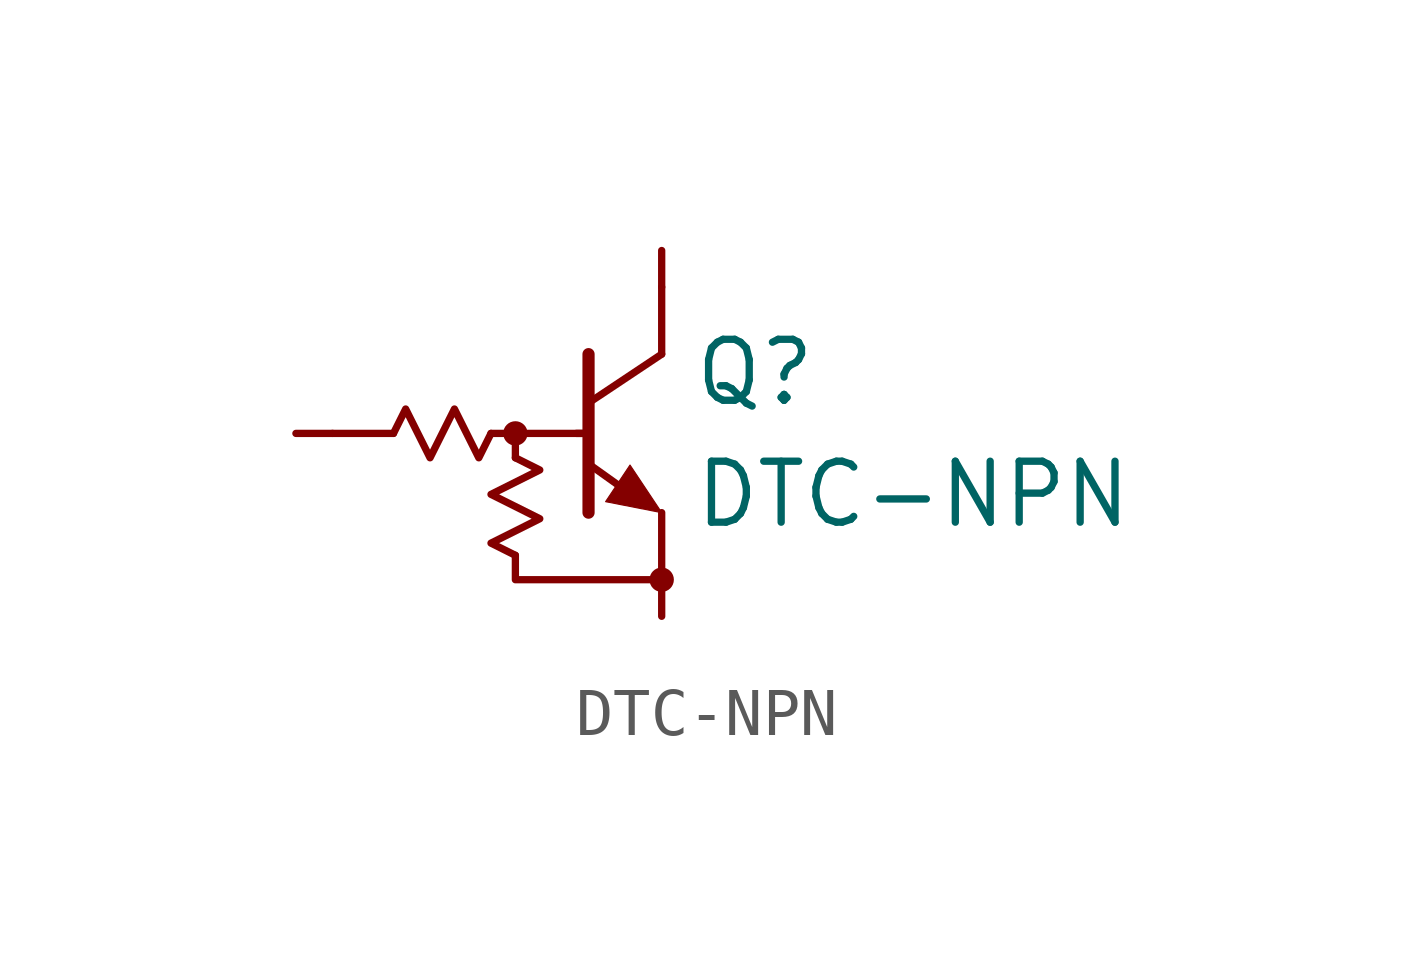
<source format=kicad_sym>
(kicad_symbol_lib
  (version 20211014)
  (generator kicad_symbol_editor)
  (symbol "DTC-NPN"
    (pin_numbers hide)
    (pin_names
      (offset 1.016))
    (property "Reference" "Q"
      (at 0.635 1.27 0)
      (effects (font (size 1.27 1.27)) (justify left)))
    (property "Value" "DTC-NPN"
      (at 0.635 -1.27 0)
      (effects (font (size 1.27 1.27)) (justify left)))
    (symbol "DTC-NPN_0_1"
      (circle (center -3.048 0) (radius 0.127) (stroke (width 0.254) (type default) (color 0 0 0 0)) (fill (type none)))
      (circle (center 0 -3.048) (radius 0.127) (stroke (width 0.254) (type default) (color 0 0 0 0)) (fill (type none)))
      (polyline (pts (xy -6.858 0) (xy -5.588 0)) (stroke (width 0) (type default) (color 0 0 0 0)) (fill (type none)))
      (polyline (pts (xy -3.048 -0.508) (xy -3.048 0)) (stroke (width 0) (type default) (color 0 0 0 0)) (fill (type none)))
      (polyline (pts (xy -1.778 0) (xy -1.524 0)) (stroke (width 0) (type default) (color 0 0 0 0)) (fill (type none)))
      (polyline (pts (xy -1.524 -1.651) (xy -1.524 1.651)) (stroke (width 0.254) (type default) (color 0 0 0 0)) (fill (type none)))
      (polyline (pts (xy -1.524 0) (xy -3.556 0)) (stroke (width 0) (type default) (color 0 0 0 0)) (fill (type none)))
      (polyline (pts (xy 0 -1.651) (xy 0 -3.048)) (stroke (width 0) (type default) (color 0 0 0 0)) (fill (type none)))
      (polyline (pts (xy 0 1.651) (xy -1.524 0.635)) (stroke (width 0) (type default) (color 0 0 0 0)) (fill (type none)))
      (polyline (pts (xy 0 1.651) (xy 0 3.048)) (stroke (width 0) (type default) (color 0 0 0 0)) (fill (type none)))
      (polyline (pts (xy 0 -3.048) (xy -3.048 -3.048) (xy -3.048 -2.54)) (stroke (width 0) (type default) (color 0 0 0 0)) (fill (type none)))
      (polyline (pts (xy -5.588 0) (xy -5.334 0.508) (xy -4.826 -0.508) (xy -4.318 0.508) (xy -3.81 -0.508) (xy -3.556 0)) (stroke (width 0) (type default) (color 0 0 0 0)) (fill (type none)))
      (polyline (pts (xy -3.048 -2.54) (xy -3.556 -2.286) (xy -2.54 -1.778) (xy -3.556 -1.27) (xy -2.54 -0.762) (xy -3.048 -0.508)) (stroke (width 0) (type default) (color 0 0 0 0)) (fill (type none))))
    (symbol "DTC-NPN_1_1"
      (polyline (pts (xy -1.524 -0.635) (xy -0.635 -1.27)) (stroke (width 0) (type default) (color 0 0 0 0)) (fill (type none)))
      (polyline (pts (xy 0 -1.651) (xy -0.66 -0.66) (xy -1.168 -1.422) (xy 0 -1.651)) (stroke (width 0.025) (type default) (color 0 0 0 0)) (fill (type outline)))
      (pin passive line (at -7.62 0 0) (length 0.762) (name "~" (effects (font (size 1.27 1.27)))) (number "B" (effects (font (size 0.762 0.762)))))
      (pin passive line (at 0 3.81 270) (length 0.762) (name "~" (effects (font (size 1.27 1.27)))) (number "C" (effects (font (size 0.762 0.762)))))
      (pin passive line (at 0 -3.81 90) (length 0.762) (name "~" (effects (font (size 1.27 1.27)))) (number "E" (effects (font (size 0.762 0.762))))))))
</source>
